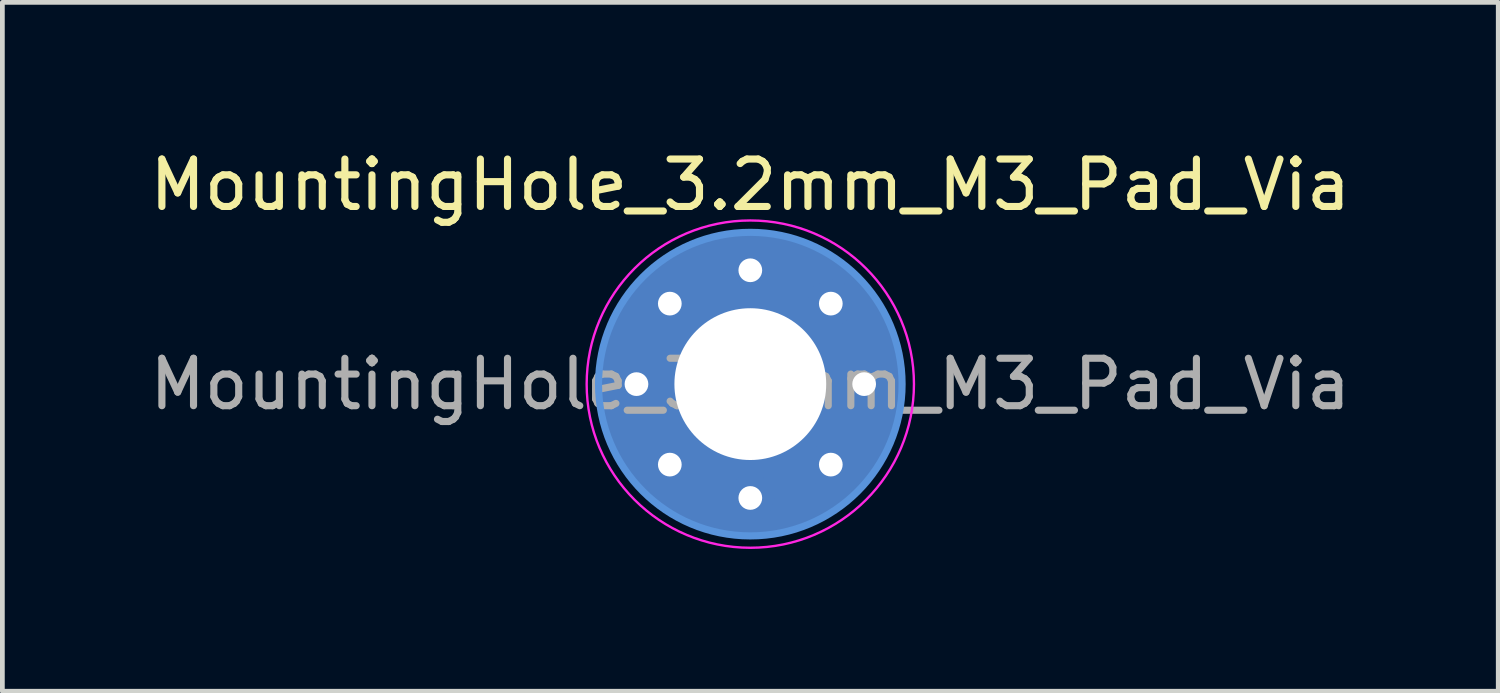
<source format=kicad_pcb>
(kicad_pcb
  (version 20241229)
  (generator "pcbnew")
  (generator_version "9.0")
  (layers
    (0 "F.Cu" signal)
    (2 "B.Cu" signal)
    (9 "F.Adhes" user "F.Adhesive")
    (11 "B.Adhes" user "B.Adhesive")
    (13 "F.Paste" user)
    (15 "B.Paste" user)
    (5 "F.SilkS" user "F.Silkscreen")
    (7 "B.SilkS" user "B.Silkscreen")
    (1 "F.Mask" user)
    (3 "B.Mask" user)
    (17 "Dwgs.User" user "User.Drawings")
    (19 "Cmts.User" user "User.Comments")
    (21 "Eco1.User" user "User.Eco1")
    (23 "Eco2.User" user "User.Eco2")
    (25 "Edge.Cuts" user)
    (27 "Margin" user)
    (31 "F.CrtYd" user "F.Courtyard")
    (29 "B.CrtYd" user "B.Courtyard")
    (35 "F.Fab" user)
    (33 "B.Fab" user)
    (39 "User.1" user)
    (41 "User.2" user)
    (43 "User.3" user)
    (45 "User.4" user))
  (footprint "MountingHole_3.2mm_M3_Pad_Via"
    (layer "F.Cu")
    (at 12.768 5.048)
    (property "Reference" "MountingHole_3.2mm_M3_Pad_Via" (at 0 -4.2 0) (layer "F.SilkS") (effects (font (size 1 1) (thickness 0.15))))
    (attr exclude_from_pos_files exclude_from_bom)
    (fp_circle (center 0 0) (end 3.2 0) (stroke (width 0.15) (type solid)) (fill no) (layer "Cmts.User"))
    (fp_circle (center 0 0) (end 3.45 0) (stroke (width 0.05) (type solid)) (fill no) (layer "F.CrtYd"))
    (fp_text user "${REFERENCE}" (at 0 0 0) (layer "F.Fab") (effects (font (size 1 1) (thickness 0.15))))
    (pad "1" thru_hole circle (at -2.4 0) (size 1 1) (drill 0.5) (layers "*.Cu" "*.Mask"))
    (pad "1" thru_hole circle (at -1.697 -1.697) (size 1 1) (drill 0.5) (layers "*.Cu" "*.Mask"))
    (pad "1" thru_hole circle (at -1.697 1.697) (size 1 1) (drill 0.5) (layers "*.Cu" "*.Mask"))
    (pad "1" thru_hole circle (at 0 -2.4) (size 1 1) (drill 0.5) (layers "*.Cu" "*.Mask"))
    (pad "1" thru_hole circle (at 0 0) (size 6.4 6.4) (drill 3.2) (layers "*.Cu" "*.Mask"))
    (pad "1" thru_hole circle (at 0 2.4) (size 1 1) (drill 0.5) (layers "*.Cu" "*.Mask"))
    (pad "1" thru_hole circle (at 1.697 -1.697) (size 1 1) (drill 0.5) (layers "*.Cu" "*.Mask"))
    (pad "1" thru_hole circle (at 1.697 1.697) (size 1 1) (drill 0.5) (layers "*.Cu" "*.Mask"))
    (pad "1" thru_hole circle (at 2.4 0) (size 1 1) (drill 0.5) (layers "*.Cu" "*.Mask")))
  (gr_rect
    (start -3 -3)
    (end 28.536 11.523)
    (stroke (width 0.1) (type default))
    (fill no)
    (layer "Edge.Cuts")))
</source>
